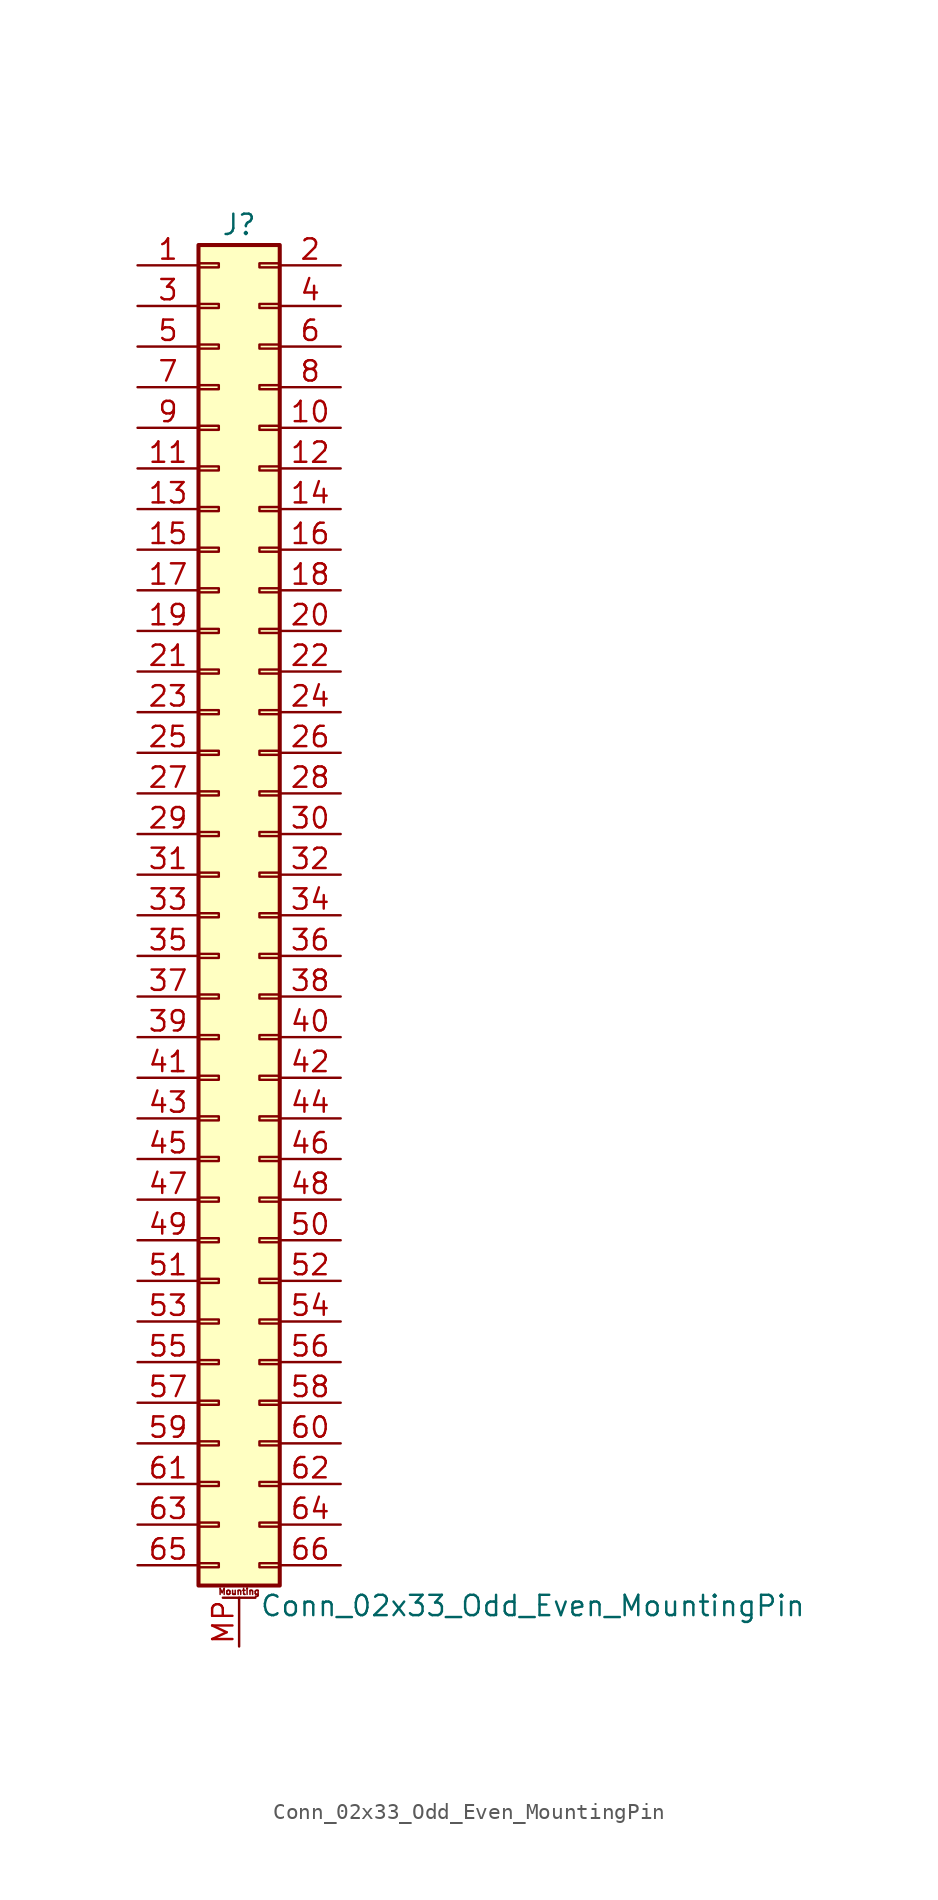
<source format=kicad_sym>
(kicad_symbol_lib
  (version 20201005)
  (generator kicad_symbol_editor)
  (symbol "Connector_Generic_MountingPin:Conn_02x33_Odd_Even_MountingPin"
    (pin_names
      (offset 1.016) hide)
    (property "Reference" "J"
      (at 1.27 43.18 0)
      (effects (font (size 1.27 1.27))))
    (property "Value" "Conn_02x33_Odd_Even_MountingPin"
      (at 2.54 -43.18 0)
      (effects (font (size 1.27 1.27)) (justify left)))
    (symbol "Conn_02x33_Odd_Even_MountingPin_1_1"
      (text "Mounting" (at 1.27 -42.291 0) (effects (font (size 0.381 0.381))))
      (rectangle (start -1.27 -27.813) (end 0 -28.067) (stroke (width 0.152)) (fill (type none)))
      (rectangle (start -1.27 -30.353) (end 0 -30.607) (stroke (width 0.152)) (fill (type none)))
      (rectangle (start -1.27 -32.893) (end 0 -33.147) (stroke (width 0.152)) (fill (type none)))
      (rectangle (start -1.27 -35.433) (end 0 -35.687) (stroke (width 0.152)) (fill (type none)))
      (rectangle (start -1.27 -37.973) (end 0 -38.227) (stroke (width 0.152)) (fill (type none)))
      (rectangle (start -1.27 -40.513) (end 0 -40.767) (stroke (width 0.152)) (fill (type none)))
      (rectangle (start -1.27 -4.953) (end 0 -5.207) (stroke (width 0.152)) (fill (type none)))
      (rectangle (start -1.27 -7.493) (end 0 -7.747) (stroke (width 0.152)) (fill (type none)))
      (rectangle (start -1.27 -10.033) (end 0 -10.287) (stroke (width 0.152)) (fill (type none)))
      (rectangle (start -1.27 -12.573) (end 0 -12.827) (stroke (width 0.152)) (fill (type none)))
      (rectangle (start -1.27 -15.113) (end 0 -15.367) (stroke (width 0.152)) (fill (type none)))
      (rectangle (start -1.27 -17.653) (end 0 -17.907) (stroke (width 0.152)) (fill (type none)))
      (rectangle (start -1.27 -20.193) (end 0 -20.447) (stroke (width 0.152)) (fill (type none)))
      (rectangle (start -1.27 -22.733) (end 0 -22.987) (stroke (width 0.152)) (fill (type none)))
      (rectangle (start -1.27 -2.413) (end 0 -2.667) (stroke (width 0.152)) (fill (type none)))
      (rectangle (start -1.27 -25.273) (end 0 -25.527) (stroke (width 0.152)) (fill (type none)))
      (rectangle (start -1.27 25.527) (end 0 25.273) (stroke (width 0.152)) (fill (type none)))
      (rectangle (start -1.27 2.667) (end 0 2.413) (stroke (width 0.152)) (fill (type none)))
      (rectangle (start -1.27 28.067) (end 0 27.813) (stroke (width 0.152)) (fill (type none)))
      (rectangle (start -1.27 30.607) (end 0 30.353) (stroke (width 0.152)) (fill (type none)))
      (rectangle (start -1.27 33.147) (end 0 32.893) (stroke (width 0.152)) (fill (type none)))
      (rectangle (start -1.27 35.687) (end 0 35.433) (stroke (width 0.152)) (fill (type none)))
      (rectangle (start -1.27 38.227) (end 0 37.973) (stroke (width 0.152)) (fill (type none)))
      (rectangle (start -1.27 40.767) (end 0 40.513) (stroke (width 0.152)) (fill (type none)))
      (rectangle (start -1.27 41.91) (end 3.81 -41.91) (stroke (width 0.254)) (fill (type background)))
      (rectangle (start -1.27 5.207) (end 0 4.953) (stroke (width 0.152)) (fill (type none)))
      (rectangle (start -1.27 7.747) (end 0 7.493) (stroke (width 0.152)) (fill (type none)))
      (rectangle (start -1.27 10.287) (end 0 10.033) (stroke (width 0.152)) (fill (type none)))
      (rectangle (start -1.27 0.127) (end 0 -0.127) (stroke (width 0.152)) (fill (type none)))
      (rectangle (start -1.27 12.827) (end 0 12.573) (stroke (width 0.152)) (fill (type none)))
      (rectangle (start -1.27 15.367) (end 0 15.113) (stroke (width 0.152)) (fill (type none)))
      (rectangle (start -1.27 17.907) (end 0 17.653) (stroke (width 0.152)) (fill (type none)))
      (rectangle (start -1.27 20.447) (end 0 20.193) (stroke (width 0.152)) (fill (type none)))
      (rectangle (start -1.27 22.987) (end 0 22.733) (stroke (width 0.152)) (fill (type none)))
      (rectangle (start 3.81 -27.813) (end 2.54 -28.067) (stroke (width 0.152)) (fill (type none)))
      (rectangle (start 3.81 -30.353) (end 2.54 -30.607) (stroke (width 0.152)) (fill (type none)))
      (rectangle (start 3.81 -32.893) (end 2.54 -33.147) (stroke (width 0.152)) (fill (type none)))
      (rectangle (start 3.81 -35.433) (end 2.54 -35.687) (stroke (width 0.152)) (fill (type none)))
      (rectangle (start 3.81 -37.973) (end 2.54 -38.227) (stroke (width 0.152)) (fill (type none)))
      (rectangle (start 3.81 -40.513) (end 2.54 -40.767) (stroke (width 0.152)) (fill (type none)))
      (rectangle (start 3.81 -4.953) (end 2.54 -5.207) (stroke (width 0.152)) (fill (type none)))
      (rectangle (start 3.81 -7.493) (end 2.54 -7.747) (stroke (width 0.152)) (fill (type none)))
      (rectangle (start 3.81 -10.033) (end 2.54 -10.287) (stroke (width 0.152)) (fill (type none)))
      (rectangle (start 3.81 -12.573) (end 2.54 -12.827) (stroke (width 0.152)) (fill (type none)))
      (rectangle (start 3.81 -15.113) (end 2.54 -15.367) (stroke (width 0.152)) (fill (type none)))
      (rectangle (start 3.81 -17.653) (end 2.54 -17.907) (stroke (width 0.152)) (fill (type none)))
      (rectangle (start 3.81 -20.193) (end 2.54 -20.447) (stroke (width 0.152)) (fill (type none)))
      (rectangle (start 3.81 -22.733) (end 2.54 -22.987) (stroke (width 0.152)) (fill (type none)))
      (rectangle (start 3.81 -2.413) (end 2.54 -2.667) (stroke (width 0.152)) (fill (type none)))
      (rectangle (start 3.81 -25.273) (end 2.54 -25.527) (stroke (width 0.152)) (fill (type none)))
      (rectangle (start 3.81 25.527) (end 2.54 25.273) (stroke (width 0.152)) (fill (type none)))
      (rectangle (start 3.81 2.667) (end 2.54 2.413) (stroke (width 0.152)) (fill (type none)))
      (rectangle (start 3.81 28.067) (end 2.54 27.813) (stroke (width 0.152)) (fill (type none)))
      (rectangle (start 3.81 30.607) (end 2.54 30.353) (stroke (width 0.152)) (fill (type none)))
      (rectangle (start 3.81 33.147) (end 2.54 32.893) (stroke (width 0.152)) (fill (type none)))
      (rectangle (start 3.81 35.687) (end 2.54 35.433) (stroke (width 0.152)) (fill (type none)))
      (rectangle (start 3.81 38.227) (end 2.54 37.973) (stroke (width 0.152)) (fill (type none)))
      (rectangle (start 3.81 40.767) (end 2.54 40.513) (stroke (width 0.152)) (fill (type none)))
      (rectangle (start 3.81 5.207) (end 2.54 4.953) (stroke (width 0.152)) (fill (type none)))
      (rectangle (start 3.81 7.747) (end 2.54 7.493) (stroke (width 0.152)) (fill (type none)))
      (rectangle (start 3.81 10.287) (end 2.54 10.033) (stroke (width 0.152)) (fill (type none)))
      (rectangle (start 3.81 0.127) (end 2.54 -0.127) (stroke (width 0.152)) (fill (type none)))
      (rectangle (start 3.81 12.827) (end 2.54 12.573) (stroke (width 0.152)) (fill (type none)))
      (rectangle (start 3.81 15.367) (end 2.54 15.113) (stroke (width 0.152)) (fill (type none)))
      (rectangle (start 3.81 17.907) (end 2.54 17.653) (stroke (width 0.152)) (fill (type none)))
      (rectangle (start 3.81 20.447) (end 2.54 20.193) (stroke (width 0.152)) (fill (type none)))
      (rectangle (start 3.81 22.987) (end 2.54 22.733) (stroke (width 0.152)) (fill (type none)))
      (polyline (pts (xy 0.254 -42.672) (xy 2.286 -42.672)) (stroke (width 0.152)) (fill (type none)))
      (pin passive line (at 1.27 -45.72 90) (length 3.048) (name "MountPin" (effects (font (size 1.27 1.27)))) (number "MP" (effects (font (size 1.27 1.27)))))
      (pin passive line (at -5.08 40.64 0) (length 3.81) (name "Pin_1" (effects (font (size 1.27 1.27)))) (number "1" (effects (font (size 1.27 1.27)))))
      (pin passive line (at 7.62 30.48 180) (length 3.81) (name "Pin_10" (effects (font (size 1.27 1.27)))) (number "10" (effects (font (size 1.27 1.27)))))
      (pin passive line (at -5.08 27.94 0) (length 3.81) (name "Pin_11" (effects (font (size 1.27 1.27)))) (number "11" (effects (font (size 1.27 1.27)))))
      (pin passive line (at 7.62 27.94 180) (length 3.81) (name "Pin_12" (effects (font (size 1.27 1.27)))) (number "12" (effects (font (size 1.27 1.27)))))
      (pin passive line (at -5.08 25.4 0) (length 3.81) (name "Pin_13" (effects (font (size 1.27 1.27)))) (number "13" (effects (font (size 1.27 1.27)))))
      (pin passive line (at 7.62 25.4 180) (length 3.81) (name "Pin_14" (effects (font (size 1.27 1.27)))) (number "14" (effects (font (size 1.27 1.27)))))
      (pin passive line (at -5.08 22.86 0) (length 3.81) (name "Pin_15" (effects (font (size 1.27 1.27)))) (number "15" (effects (font (size 1.27 1.27)))))
      (pin passive line (at 7.62 22.86 180) (length 3.81) (name "Pin_16" (effects (font (size 1.27 1.27)))) (number "16" (effects (font (size 1.27 1.27)))))
      (pin passive line (at -5.08 20.32 0) (length 3.81) (name "Pin_17" (effects (font (size 1.27 1.27)))) (number "17" (effects (font (size 1.27 1.27)))))
      (pin passive line (at 7.62 20.32 180) (length 3.81) (name "Pin_18" (effects (font (size 1.27 1.27)))) (number "18" (effects (font (size 1.27 1.27)))))
      (pin passive line (at -5.08 17.78 0) (length 3.81) (name "Pin_19" (effects (font (size 1.27 1.27)))) (number "19" (effects (font (size 1.27 1.27)))))
      (pin passive line (at 7.62 40.64 180) (length 3.81) (name "Pin_2" (effects (font (size 1.27 1.27)))) (number "2" (effects (font (size 1.27 1.27)))))
      (pin passive line (at 7.62 17.78 180) (length 3.81) (name "Pin_20" (effects (font (size 1.27 1.27)))) (number "20" (effects (font (size 1.27 1.27)))))
      (pin passive line (at -5.08 15.24 0) (length 3.81) (name "Pin_21" (effects (font (size 1.27 1.27)))) (number "21" (effects (font (size 1.27 1.27)))))
      (pin passive line (at 7.62 15.24 180) (length 3.81) (name "Pin_22" (effects (font (size 1.27 1.27)))) (number "22" (effects (font (size 1.27 1.27)))))
      (pin passive line (at -5.08 12.7 0) (length 3.81) (name "Pin_23" (effects (font (size 1.27 1.27)))) (number "23" (effects (font (size 1.27 1.27)))))
      (pin passive line (at 7.62 12.7 180) (length 3.81) (name "Pin_24" (effects (font (size 1.27 1.27)))) (number "24" (effects (font (size 1.27 1.27)))))
      (pin passive line (at -5.08 10.16 0) (length 3.81) (name "Pin_25" (effects (font (size 1.27 1.27)))) (number "25" (effects (font (size 1.27 1.27)))))
      (pin passive line (at 7.62 10.16 180) (length 3.81) (name "Pin_26" (effects (font (size 1.27 1.27)))) (number "26" (effects (font (size 1.27 1.27)))))
      (pin passive line (at -5.08 7.62 0) (length 3.81) (name "Pin_27" (effects (font (size 1.27 1.27)))) (number "27" (effects (font (size 1.27 1.27)))))
      (pin passive line (at 7.62 7.62 180) (length 3.81) (name "Pin_28" (effects (font (size 1.27 1.27)))) (number "28" (effects (font (size 1.27 1.27)))))
      (pin passive line (at -5.08 5.08 0) (length 3.81) (name "Pin_29" (effects (font (size 1.27 1.27)))) (number "29" (effects (font (size 1.27 1.27)))))
      (pin passive line (at -5.08 38.1 0) (length 3.81) (name "Pin_3" (effects (font (size 1.27 1.27)))) (number "3" (effects (font (size 1.27 1.27)))))
      (pin passive line (at 7.62 5.08 180) (length 3.81) (name "Pin_30" (effects (font (size 1.27 1.27)))) (number "30" (effects (font (size 1.27 1.27)))))
      (pin passive line (at -5.08 2.54 0) (length 3.81) (name "Pin_31" (effects (font (size 1.27 1.27)))) (number "31" (effects (font (size 1.27 1.27)))))
      (pin passive line (at 7.62 2.54 180) (length 3.81) (name "Pin_32" (effects (font (size 1.27 1.27)))) (number "32" (effects (font (size 1.27 1.27)))))
      (pin passive line (at -5.08 0 0) (length 3.81) (name "Pin_33" (effects (font (size 1.27 1.27)))) (number "33" (effects (font (size 1.27 1.27)))))
      (pin passive line (at 7.62 0 180) (length 3.81) (name "Pin_34" (effects (font (size 1.27 1.27)))) (number "34" (effects (font (size 1.27 1.27)))))
      (pin passive line (at -5.08 -2.54 0) (length 3.81) (name "Pin_35" (effects (font (size 1.27 1.27)))) (number "35" (effects (font (size 1.27 1.27)))))
      (pin passive line (at 7.62 -2.54 180) (length 3.81) (name "Pin_36" (effects (font (size 1.27 1.27)))) (number "36" (effects (font (size 1.27 1.27)))))
      (pin passive line (at -5.08 -5.08 0) (length 3.81) (name "Pin_37" (effects (font (size 1.27 1.27)))) (number "37" (effects (font (size 1.27 1.27)))))
      (pin passive line (at 7.62 -5.08 180) (length 3.81) (name "Pin_38" (effects (font (size 1.27 1.27)))) (number "38" (effects (font (size 1.27 1.27)))))
      (pin passive line (at -5.08 -7.62 0) (length 3.81) (name "Pin_39" (effects (font (size 1.27 1.27)))) (number "39" (effects (font (size 1.27 1.27)))))
      (pin passive line (at 7.62 38.1 180) (length 3.81) (name "Pin_4" (effects (font (size 1.27 1.27)))) (number "4" (effects (font (size 1.27 1.27)))))
      (pin passive line (at 7.62 -7.62 180) (length 3.81) (name "Pin_40" (effects (font (size 1.27 1.27)))) (number "40" (effects (font (size 1.27 1.27)))))
      (pin passive line (at -5.08 -10.16 0) (length 3.81) (name "Pin_41" (effects (font (size 1.27 1.27)))) (number "41" (effects (font (size 1.27 1.27)))))
      (pin passive line (at 7.62 -10.16 180) (length 3.81) (name "Pin_42" (effects (font (size 1.27 1.27)))) (number "42" (effects (font (size 1.27 1.27)))))
      (pin passive line (at -5.08 -12.7 0) (length 3.81) (name "Pin_43" (effects (font (size 1.27 1.27)))) (number "43" (effects (font (size 1.27 1.27)))))
      (pin passive line (at 7.62 -12.7 180) (length 3.81) (name "Pin_44" (effects (font (size 1.27 1.27)))) (number "44" (effects (font (size 1.27 1.27)))))
      (pin passive line (at -5.08 -15.24 0) (length 3.81) (name "Pin_45" (effects (font (size 1.27 1.27)))) (number "45" (effects (font (size 1.27 1.27)))))
      (pin passive line (at 7.62 -15.24 180) (length 3.81) (name "Pin_46" (effects (font (size 1.27 1.27)))) (number "46" (effects (font (size 1.27 1.27)))))
      (pin passive line (at -5.08 -17.78 0) (length 3.81) (name "Pin_47" (effects (font (size 1.27 1.27)))) (number "47" (effects (font (size 1.27 1.27)))))
      (pin passive line (at 7.62 -17.78 180) (length 3.81) (name "Pin_48" (effects (font (size 1.27 1.27)))) (number "48" (effects (font (size 1.27 1.27)))))
      (pin passive line (at -5.08 -20.32 0) (length 3.81) (name "Pin_49" (effects (font (size 1.27 1.27)))) (number "49" (effects (font (size 1.27 1.27)))))
      (pin passive line (at -5.08 35.56 0) (length 3.81) (name "Pin_5" (effects (font (size 1.27 1.27)))) (number "5" (effects (font (size 1.27 1.27)))))
      (pin passive line (at 7.62 -20.32 180) (length 3.81) (name "Pin_50" (effects (font (size 1.27 1.27)))) (number "50" (effects (font (size 1.27 1.27)))))
      (pin passive line (at -5.08 -22.86 0) (length 3.81) (name "Pin_51" (effects (font (size 1.27 1.27)))) (number "51" (effects (font (size 1.27 1.27)))))
      (pin passive line (at 7.62 -22.86 180) (length 3.81) (name "Pin_52" (effects (font (size 1.27 1.27)))) (number "52" (effects (font (size 1.27 1.27)))))
      (pin passive line (at -5.08 -25.4 0) (length 3.81) (name "Pin_53" (effects (font (size 1.27 1.27)))) (number "53" (effects (font (size 1.27 1.27)))))
      (pin passive line (at 7.62 -25.4 180) (length 3.81) (name "Pin_54" (effects (font (size 1.27 1.27)))) (number "54" (effects (font (size 1.27 1.27)))))
      (pin passive line (at -5.08 -27.94 0) (length 3.81) (name "Pin_55" (effects (font (size 1.27 1.27)))) (number "55" (effects (font (size 1.27 1.27)))))
      (pin passive line (at 7.62 -27.94 180) (length 3.81) (name "Pin_56" (effects (font (size 1.27 1.27)))) (number "56" (effects (font (size 1.27 1.27)))))
      (pin passive line (at -5.08 -30.48 0) (length 3.81) (name "Pin_57" (effects (font (size 1.27 1.27)))) (number "57" (effects (font (size 1.27 1.27)))))
      (pin passive line (at 7.62 -30.48 180) (length 3.81) (name "Pin_58" (effects (font (size 1.27 1.27)))) (number "58" (effects (font (size 1.27 1.27)))))
      (pin passive line (at -5.08 -33.02 0) (length 3.81) (name "Pin_59" (effects (font (size 1.27 1.27)))) (number "59" (effects (font (size 1.27 1.27)))))
      (pin passive line (at 7.62 35.56 180) (length 3.81) (name "Pin_6" (effects (font (size 1.27 1.27)))) (number "6" (effects (font (size 1.27 1.27)))))
      (pin passive line (at 7.62 -33.02 180) (length 3.81) (name "Pin_60" (effects (font (size 1.27 1.27)))) (number "60" (effects (font (size 1.27 1.27)))))
      (pin passive line (at -5.08 -35.56 0) (length 3.81) (name "Pin_61" (effects (font (size 1.27 1.27)))) (number "61" (effects (font (size 1.27 1.27)))))
      (pin passive line (at 7.62 -35.56 180) (length 3.81) (name "Pin_62" (effects (font (size 1.27 1.27)))) (number "62" (effects (font (size 1.27 1.27)))))
      (pin passive line (at -5.08 -38.1 0) (length 3.81) (name "Pin_63" (effects (font (size 1.27 1.27)))) (number "63" (effects (font (size 1.27 1.27)))))
      (pin passive line (at 7.62 -38.1 180) (length 3.81) (name "Pin_64" (effects (font (size 1.27 1.27)))) (number "64" (effects (font (size 1.27 1.27)))))
      (pin passive line (at -5.08 -40.64 0) (length 3.81) (name "Pin_65" (effects (font (size 1.27 1.27)))) (number "65" (effects (font (size 1.27 1.27)))))
      (pin passive line (at 7.62 -40.64 180) (length 3.81) (name "Pin_66" (effects (font (size 1.27 1.27)))) (number "66" (effects (font (size 1.27 1.27)))))
      (pin passive line (at -5.08 33.02 0) (length 3.81) (name "Pin_7" (effects (font (size 1.27 1.27)))) (number "7" (effects (font (size 1.27 1.27)))))
      (pin passive line (at 7.62 33.02 180) (length 3.81) (name "Pin_8" (effects (font (size 1.27 1.27)))) (number "8" (effects (font (size 1.27 1.27)))))
      (pin passive line (at -5.08 30.48 0) (length 3.81) (name "Pin_9" (effects (font (size 1.27 1.27)))) (number "9" (effects (font (size 1.27 1.27))))))))
</source>
